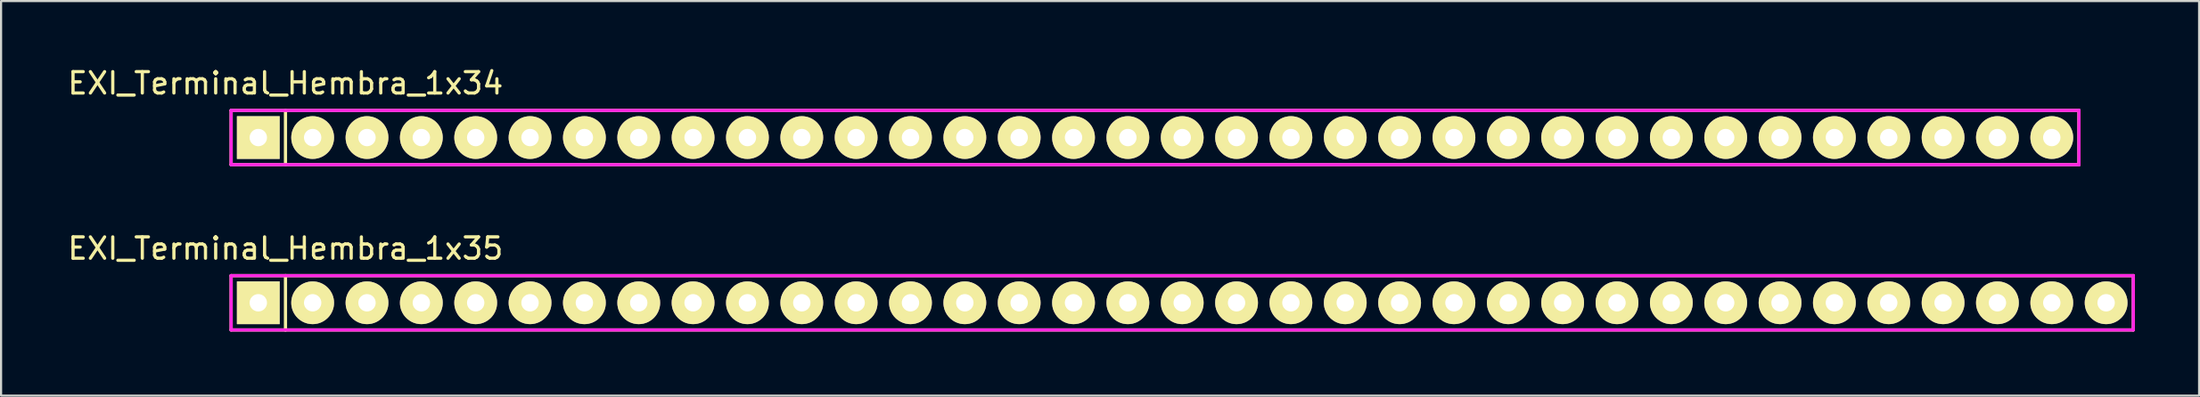
<source format=kicad_pcb>
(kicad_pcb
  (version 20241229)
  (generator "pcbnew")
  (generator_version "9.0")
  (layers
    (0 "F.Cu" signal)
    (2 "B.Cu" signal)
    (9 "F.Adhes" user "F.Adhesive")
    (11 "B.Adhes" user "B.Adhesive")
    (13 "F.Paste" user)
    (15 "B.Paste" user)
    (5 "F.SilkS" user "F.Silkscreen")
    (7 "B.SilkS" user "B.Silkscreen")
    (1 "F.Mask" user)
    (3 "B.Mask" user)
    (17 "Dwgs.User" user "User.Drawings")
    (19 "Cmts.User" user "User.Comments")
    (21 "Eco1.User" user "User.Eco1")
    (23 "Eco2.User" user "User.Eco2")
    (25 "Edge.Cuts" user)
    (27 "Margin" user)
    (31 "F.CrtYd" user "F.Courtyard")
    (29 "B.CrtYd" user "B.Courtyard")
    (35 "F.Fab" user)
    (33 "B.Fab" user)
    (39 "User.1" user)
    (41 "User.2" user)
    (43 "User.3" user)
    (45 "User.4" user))
  (footprint "EXI_Terminal_Hembra_1x34"
    (layer "F.Cu")
    (at 50.932 3.388)
    (property "Reference" "EXI_Terminal_Hembra_1x34" (at -40.64 -2.54 0) (layer "F.SilkS") (effects (font (size 1 1) (thickness 0.15))))
    (attr through_hole)
    (fp_line (start -43.18 -1.27) (end -43.18 1.27) (stroke (width 0.15) (type solid)) (layer "F.SilkS"))
    (fp_line (start -43.18 1.27) (end -40.64 1.27) (stroke (width 0.15) (type solid)) (layer "F.SilkS"))
    (fp_line (start -40.64 -1.27) (end -43.18 -1.27) (stroke (width 0.15) (type solid)) (layer "F.SilkS"))
    (fp_line (start -40.64 1.27) (end -40.64 -1.27) (stroke (width 0.15) (type solid)) (layer "F.SilkS"))
    (fp_line (start -40.64 1.27) (end 43.18 1.27) (stroke (width 0.15) (type solid)) (layer "F.SilkS"))
    (fp_line (start 43.18 -1.27) (end -40.64 -1.27) (stroke (width 0.15) (type solid)) (layer "F.SilkS"))
    (fp_line (start 43.18 -1.27) (end 43.18 1.27) (stroke (width 0.15) (type solid)) (layer "F.SilkS"))
    (fp_line (start -43.18 -1.27) (end 43.18 -1.27) (stroke (width 0.15) (type solid)) (layer "F.CrtYd"))
    (fp_line (start -43.18 1.27) (end -43.18 -1.27) (stroke (width 0.15) (type solid)) (layer "F.CrtYd"))
    (fp_line (start 43.18 1.27) (end -43.18 1.27) (stroke (width 0.15) (type solid)) (layer "F.CrtYd"))
    (fp_line (start 43.18 1.27) (end 43.18 -1.27) (stroke (width 0.15) (type solid)) (layer "F.CrtYd"))
    (pad "1" thru_hole rect (at -41.91 0) (size 1.999 1.999) (drill 0.813) (layers "*.Cu" "*.Mask" "F.SilkS"))
    (pad "2" thru_hole circle (at -39.37 0) (size 1.999 1.999) (drill 0.813) (layers "*.Cu" "*.Mask" "F.SilkS"))
    (pad "3" thru_hole circle (at -36.83 0) (size 1.999 1.999) (drill 0.813) (layers "*.Cu" "*.Mask" "F.SilkS"))
    (pad "4" thru_hole circle (at -34.29 0) (size 1.999 1.999) (drill 0.813) (layers "*.Cu" "*.Mask" "F.SilkS"))
    (pad "5" thru_hole circle (at -31.75 0) (size 1.999 1.999) (drill 0.813) (layers "*.Cu" "*.Mask" "F.SilkS"))
    (pad "6" thru_hole circle (at -29.21 0) (size 1.999 1.999) (drill 0.813) (layers "*.Cu" "*.Mask" "F.SilkS"))
    (pad "7" thru_hole circle (at -26.67 0) (size 1.999 1.999) (drill 0.813) (layers "*.Cu" "*.Mask" "F.SilkS"))
    (pad "8" thru_hole circle (at -24.13 0) (size 1.999 1.999) (drill 0.813) (layers "*.Cu" "*.Mask" "F.SilkS"))
    (pad "9" thru_hole circle (at -21.59 0) (size 1.999 1.999) (drill 0.813) (layers "*.Cu" "*.Mask" "F.SilkS"))
    (pad "10" thru_hole circle (at -19.05 0) (size 1.999 1.999) (drill 0.813) (layers "*.Cu" "*.Mask" "F.SilkS"))
    (pad "11" thru_hole circle (at -16.51 0) (size 1.999 1.999) (drill 0.813) (layers "*.Cu" "*.Mask" "F.SilkS"))
    (pad "12" thru_hole circle (at -13.97 0) (size 1.999 1.999) (drill 0.813) (layers "*.Cu" "*.Mask" "F.SilkS"))
    (pad "13" thru_hole circle (at -11.43 0) (size 1.999 1.999) (drill 0.813) (layers "*.Cu" "*.Mask" "F.SilkS"))
    (pad "14" thru_hole circle (at -8.89 0) (size 1.999 1.999) (drill 0.813) (layers "*.Cu" "*.Mask" "F.SilkS"))
    (pad "15" thru_hole circle (at -6.35 0) (size 1.999 1.999) (drill 0.813) (layers "*.Cu" "*.Mask" "F.SilkS"))
    (pad "16" thru_hole circle (at -3.81 0) (size 1.999 1.999) (drill 0.813) (layers "*.Cu" "*.Mask" "F.SilkS"))
    (pad "17" thru_hole circle (at -1.27 0) (size 1.999 1.999) (drill 0.813) (layers "*.Cu" "*.Mask" "F.SilkS"))
    (pad "18" thru_hole circle (at 1.27 0) (size 1.999 1.999) (drill 0.813) (layers "*.Cu" "*.Mask" "F.SilkS"))
    (pad "19" thru_hole circle (at 3.81 0) (size 1.999 1.999) (drill 0.813) (layers "*.Cu" "*.Mask" "F.SilkS"))
    (pad "20" thru_hole circle (at 6.35 0) (size 1.999 1.999) (drill 0.813) (layers "*.Cu" "*.Mask" "F.SilkS"))
    (pad "21" thru_hole circle (at 8.89 0) (size 1.999 1.999) (drill 0.813) (layers "*.Cu" "*.Mask" "F.SilkS"))
    (pad "22" thru_hole circle (at 11.43 0) (size 1.999 1.999) (drill 0.813) (layers "*.Cu" "*.Mask" "F.SilkS"))
    (pad "23" thru_hole circle (at 13.97 0) (size 1.999 1.999) (drill 0.813) (layers "*.Cu" "*.Mask" "F.SilkS"))
    (pad "24" thru_hole circle (at 16.51 0) (size 1.999 1.999) (drill 0.813) (layers "*.Cu" "*.Mask" "F.SilkS"))
    (pad "25" thru_hole circle (at 19.05 0) (size 1.999 1.999) (drill 0.813) (layers "*.Cu" "*.Mask" "F.SilkS"))
    (pad "26" thru_hole circle (at 21.59 0) (size 1.999 1.999) (drill 0.813) (layers "*.Cu" "*.Mask" "F.SilkS"))
    (pad "27" thru_hole circle (at 24.13 0) (size 1.999 1.999) (drill 0.813) (layers "*.Cu" "*.Mask" "F.SilkS"))
    (pad "28" thru_hole circle (at 26.67 0) (size 1.999 1.999) (drill 0.813) (layers "*.Cu" "*.Mask" "F.SilkS"))
    (pad "29" thru_hole circle (at 29.21 0) (size 1.999 1.999) (drill 0.813) (layers "*.Cu" "*.Mask" "F.SilkS"))
    (pad "30" thru_hole circle (at 31.75 0) (size 1.999 1.999) (drill 0.813) (layers "*.Cu" "*.Mask" "F.SilkS"))
    (pad "31" thru_hole circle (at 34.29 0) (size 1.999 1.999) (drill 0.813) (layers "*.Cu" "*.Mask" "F.SilkS"))
    (pad "32" thru_hole circle (at 36.83 0) (size 1.999 1.999) (drill 0.813) (layers "*.Cu" "*.Mask" "F.SilkS"))
    (pad "33" thru_hole circle (at 39.37 0) (size 1.999 1.999) (drill 0.813) (layers "*.Cu" "*.Mask" "F.SilkS"))
    (pad "34" thru_hole circle (at 41.91 0) (size 1.999 1.999) (drill 0.813) (layers "*.Cu" "*.Mask" "F.SilkS")))
  (footprint "EXI_Terminal_Hembra_1x35"
    (layer "F.Cu")
    (at 52.202 11.121)
    (property "Reference" "EXI_Terminal_Hembra_1x35" (at -41.91 -2.54 0) (layer "F.SilkS") (effects (font (size 1 1) (thickness 0.15))))
    (attr through_hole)
    (fp_line (start -44.45 -1.27) (end -44.45 1.27) (stroke (width 0.15) (type solid)) (layer "F.SilkS"))
    (fp_line (start -44.45 1.27) (end -41.91 1.27) (stroke (width 0.15) (type solid)) (layer "F.SilkS"))
    (fp_line (start -41.91 -1.27) (end -44.45 -1.27) (stroke (width 0.15) (type solid)) (layer "F.SilkS"))
    (fp_line (start -41.91 1.27) (end -41.91 -1.27) (stroke (width 0.15) (type solid)) (layer "F.SilkS"))
    (fp_line (start -41.91 1.27) (end 44.45 1.27) (stroke (width 0.15) (type solid)) (layer "F.SilkS"))
    (fp_line (start 44.45 -1.27) (end -41.91 -1.27) (stroke (width 0.15) (type solid)) (layer "F.SilkS"))
    (fp_line (start 44.45 -1.27) (end 44.45 1.27) (stroke (width 0.15) (type solid)) (layer "F.SilkS"))
    (fp_line (start -44.45 -1.27) (end 44.45 -1.27) (stroke (width 0.15) (type solid)) (layer "F.CrtYd"))
    (fp_line (start -44.45 1.27) (end -44.45 -1.27) (stroke (width 0.15) (type solid)) (layer "F.CrtYd"))
    (fp_line (start 44.45 1.27) (end -44.45 1.27) (stroke (width 0.15) (type solid)) (layer "F.CrtYd"))
    (fp_line (start 44.45 1.27) (end 44.45 -1.27) (stroke (width 0.15) (type solid)) (layer "F.CrtYd"))
    (pad "1" thru_hole rect (at -43.18 0) (size 1.999 1.999) (drill 0.813) (layers "*.Cu" "*.Mask" "F.SilkS"))
    (pad "2" thru_hole circle (at -40.64 0) (size 1.999 1.999) (drill 0.813) (layers "*.Cu" "*.Mask" "F.SilkS"))
    (pad "3" thru_hole circle (at -38.1 0) (size 1.999 1.999) (drill 0.813) (layers "*.Cu" "*.Mask" "F.SilkS"))
    (pad "4" thru_hole circle (at -35.56 0) (size 1.999 1.999) (drill 0.813) (layers "*.Cu" "*.Mask" "F.SilkS"))
    (pad "5" thru_hole circle (at -33.02 0) (size 1.999 1.999) (drill 0.813) (layers "*.Cu" "*.Mask" "F.SilkS"))
    (pad "6" thru_hole circle (at -30.48 0) (size 1.999 1.999) (drill 0.813) (layers "*.Cu" "*.Mask" "F.SilkS"))
    (pad "7" thru_hole circle (at -27.94 0) (size 1.999 1.999) (drill 0.813) (layers "*.Cu" "*.Mask" "F.SilkS"))
    (pad "8" thru_hole circle (at -25.4 0) (size 1.999 1.999) (drill 0.813) (layers "*.Cu" "*.Mask" "F.SilkS"))
    (pad "9" thru_hole circle (at -22.86 0) (size 1.999 1.999) (drill 0.813) (layers "*.Cu" "*.Mask" "F.SilkS"))
    (pad "10" thru_hole circle (at -20.32 0) (size 1.999 1.999) (drill 0.813) (layers "*.Cu" "*.Mask" "F.SilkS"))
    (pad "11" thru_hole circle (at -17.78 0) (size 1.999 1.999) (drill 0.813) (layers "*.Cu" "*.Mask" "F.SilkS"))
    (pad "12" thru_hole circle (at -15.24 0) (size 1.999 1.999) (drill 0.813) (layers "*.Cu" "*.Mask" "F.SilkS"))
    (pad "13" thru_hole circle (at -12.7 0) (size 1.999 1.999) (drill 0.813) (layers "*.Cu" "*.Mask" "F.SilkS"))
    (pad "14" thru_hole circle (at -10.16 0) (size 1.999 1.999) (drill 0.813) (layers "*.Cu" "*.Mask" "F.SilkS"))
    (pad "15" thru_hole circle (at -7.62 0) (size 1.999 1.999) (drill 0.813) (layers "*.Cu" "*.Mask" "F.SilkS"))
    (pad "16" thru_hole circle (at -5.08 0) (size 1.999 1.999) (drill 0.813) (layers "*.Cu" "*.Mask" "F.SilkS"))
    (pad "17" thru_hole circle (at -2.54 0) (size 1.999 1.999) (drill 0.813) (layers "*.Cu" "*.Mask" "F.SilkS"))
    (pad "18" thru_hole circle (at 0 0) (size 1.999 1.999) (drill 0.813) (layers "*.Cu" "*.Mask" "F.SilkS"))
    (pad "19" thru_hole circle (at 2.54 0) (size 1.999 1.999) (drill 0.813) (layers "*.Cu" "*.Mask" "F.SilkS"))
    (pad "20" thru_hole circle (at 5.08 0) (size 1.999 1.999) (drill 0.813) (layers "*.Cu" "*.Mask" "F.SilkS"))
    (pad "21" thru_hole circle (at 7.62 0) (size 1.999 1.999) (drill 0.813) (layers "*.Cu" "*.Mask" "F.SilkS"))
    (pad "22" thru_hole circle (at 10.16 0) (size 1.999 1.999) (drill 0.813) (layers "*.Cu" "*.Mask" "F.SilkS"))
    (pad "23" thru_hole circle (at 12.7 0) (size 1.999 1.999) (drill 0.813) (layers "*.Cu" "*.Mask" "F.SilkS"))
    (pad "24" thru_hole circle (at 15.24 0) (size 1.999 1.999) (drill 0.813) (layers "*.Cu" "*.Mask" "F.SilkS"))
    (pad "25" thru_hole circle (at 17.78 0) (size 1.999 1.999) (drill 0.813) (layers "*.Cu" "*.Mask" "F.SilkS"))
    (pad "26" thru_hole circle (at 20.32 0) (size 1.999 1.999) (drill 0.813) (layers "*.Cu" "*.Mask" "F.SilkS"))
    (pad "27" thru_hole circle (at 22.86 0) (size 1.999 1.999) (drill 0.813) (layers "*.Cu" "*.Mask" "F.SilkS"))
    (pad "28" thru_hole circle (at 25.4 0) (size 1.999 1.999) (drill 0.813) (layers "*.Cu" "*.Mask" "F.SilkS"))
    (pad "29" thru_hole circle (at 27.94 0) (size 1.999 1.999) (drill 0.813) (layers "*.Cu" "*.Mask" "F.SilkS"))
    (pad "30" thru_hole circle (at 30.48 0) (size 1.999 1.999) (drill 0.813) (layers "*.Cu" "*.Mask" "F.SilkS"))
    (pad "31" thru_hole circle (at 33.02 0) (size 1.999 1.999) (drill 0.813) (layers "*.Cu" "*.Mask" "F.SilkS"))
    (pad "32" thru_hole circle (at 35.56 0) (size 1.999 1.999) (drill 0.813) (layers "*.Cu" "*.Mask" "F.SilkS"))
    (pad "33" thru_hole circle (at 38.1 0) (size 1.999 1.999) (drill 0.813) (layers "*.Cu" "*.Mask" "F.SilkS"))
    (pad "34" thru_hole circle (at 40.64 0) (size 1.999 1.999) (drill 0.813) (layers "*.Cu" "*.Mask" "F.SilkS"))
    (pad "35" thru_hole circle (at 43.18 0) (size 1.999 1.999) (drill 0.813) (layers "*.Cu" "*.Mask" "F.SilkS")))
  (gr_rect
    (start -3 -3)
    (end 99.727 15.466)
    (stroke (width 0.1) (type default))
    (fill no)
    (layer "Edge.Cuts")))
</source>
